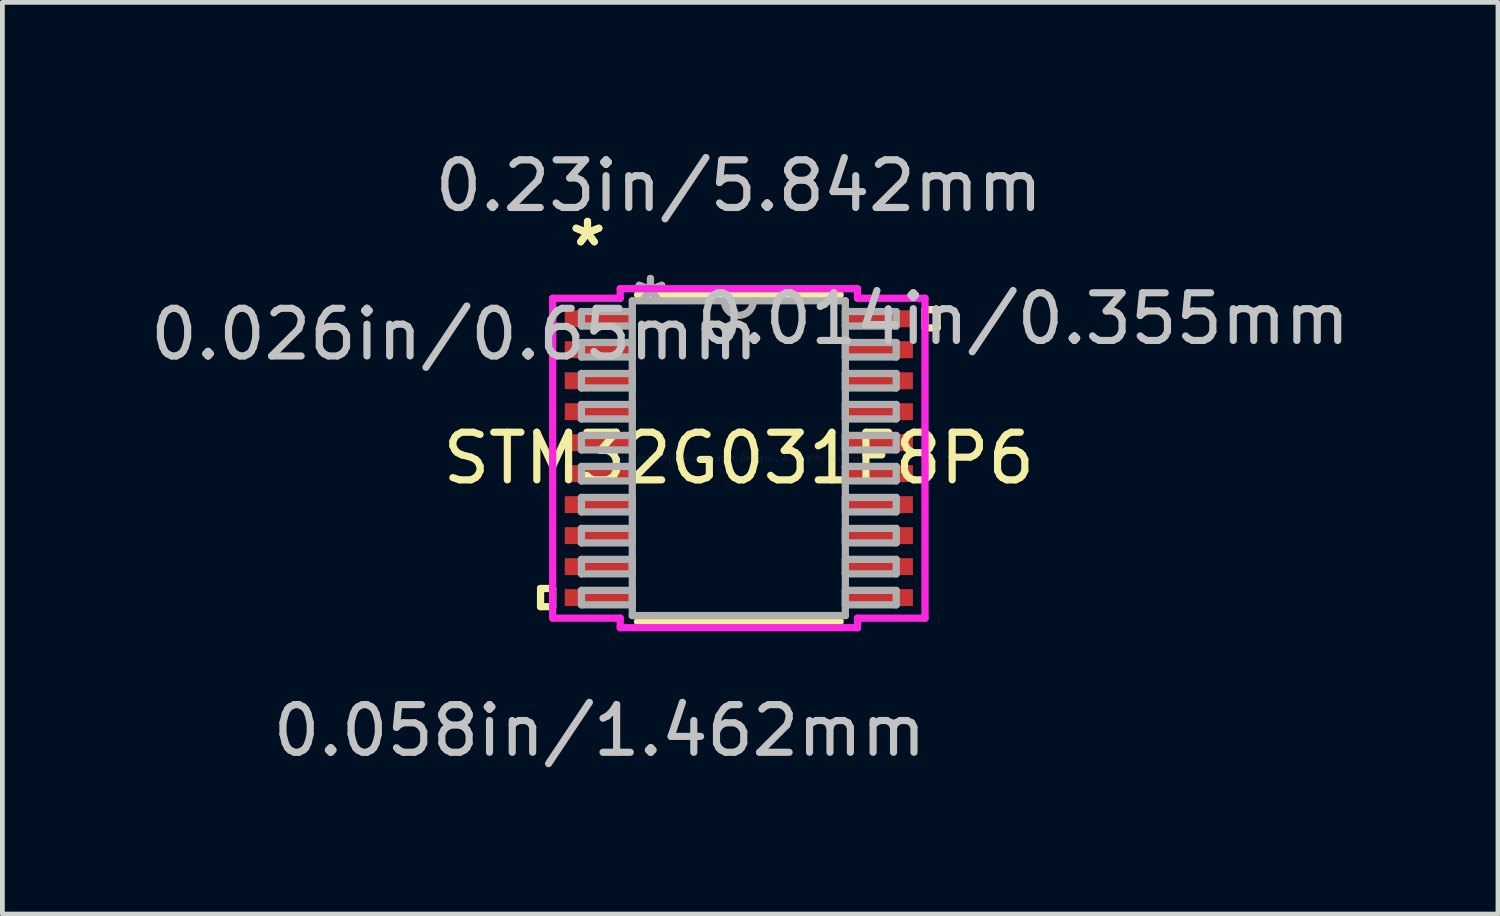
<source format=kicad_pcb>
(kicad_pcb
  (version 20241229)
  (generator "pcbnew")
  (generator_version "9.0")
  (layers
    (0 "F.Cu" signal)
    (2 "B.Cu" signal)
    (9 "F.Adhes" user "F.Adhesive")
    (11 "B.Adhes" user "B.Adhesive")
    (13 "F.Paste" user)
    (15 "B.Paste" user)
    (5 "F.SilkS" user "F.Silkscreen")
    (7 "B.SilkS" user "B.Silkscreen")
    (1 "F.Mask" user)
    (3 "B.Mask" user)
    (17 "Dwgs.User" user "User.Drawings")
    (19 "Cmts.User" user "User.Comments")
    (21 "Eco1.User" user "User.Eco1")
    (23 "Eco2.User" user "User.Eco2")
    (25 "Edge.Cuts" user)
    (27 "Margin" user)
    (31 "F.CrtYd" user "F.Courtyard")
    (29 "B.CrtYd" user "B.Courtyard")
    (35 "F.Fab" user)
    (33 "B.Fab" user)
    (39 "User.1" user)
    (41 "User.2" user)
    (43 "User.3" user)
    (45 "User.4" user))
  (footprint "STM32G031F8P6"
    (layer "F.Cu")
    (at 12.451 6.563)
    (property "Reference" "STM32G031F8P6" (at 0 0 0) (layer "F.SilkS") (effects (font (size 1 1) (thickness 0.15))))
    (attr through_hole)
    (fp_line (start -4.16 2.734) (end -4.16 3.115) (stroke (width 0.152) (type solid)) (layer "F.SilkS"))
    (fp_line (start -4.16 3.115) (end -3.906 3.115) (stroke (width 0.152) (type solid)) (layer "F.SilkS"))
    (fp_line (start -3.906 2.734) (end -4.16 2.734) (stroke (width 0.152) (type solid)) (layer "F.SilkS"))
    (fp_line (start -3.906 3.115) (end -3.906 2.734) (stroke (width 0.152) (type solid)) (layer "F.SilkS"))
    (fp_line (start -2.126 3.429) (end 2.126 3.429) (stroke (width 0.152) (type solid)) (layer "F.SilkS"))
    (fp_line (start 2.126 -3.429) (end -2.126 -3.429) (stroke (width 0.152) (type solid)) (layer "F.SilkS"))
    (fp_line (start 3.906 -3.115) (end 4.16 -3.115) (stroke (width 0.152) (type solid)) (layer "F.SilkS"))
    (fp_line (start 3.906 -2.734) (end 3.906 -3.115) (stroke (width 0.152) (type solid)) (layer "F.SilkS"))
    (fp_line (start 4.16 -3.115) (end 4.16 -2.734) (stroke (width 0.152) (type solid)) (layer "F.SilkS"))
    (fp_line (start 4.16 -2.734) (end 3.906 -2.734) (stroke (width 0.152) (type solid)) (layer "F.SilkS"))
    (fp_line (start -3.906 -3.356) (end -2.489 -3.356) (stroke (width 0.152) (type solid)) (layer "F.CrtYd"))
    (fp_line (start -3.906 3.356) (end -3.906 -3.356) (stroke (width 0.152) (type solid)) (layer "F.CrtYd"))
    (fp_line (start -2.489 -3.556) (end 2.489 -3.556) (stroke (width 0.152) (type solid)) (layer "F.CrtYd"))
    (fp_line (start -2.489 -3.356) (end -2.489 -3.556) (stroke (width 0.152) (type solid)) (layer "F.CrtYd"))
    (fp_line (start -2.489 3.356) (end -3.906 3.356) (stroke (width 0.152) (type solid)) (layer "F.CrtYd"))
    (fp_line (start -2.489 3.556) (end -2.489 3.356) (stroke (width 0.152) (type solid)) (layer "F.CrtYd"))
    (fp_line (start 2.489 -3.556) (end 2.489 -3.356) (stroke (width 0.152) (type solid)) (layer "F.CrtYd"))
    (fp_line (start 2.489 -3.356) (end 3.906 -3.356) (stroke (width 0.152) (type solid)) (layer "F.CrtYd"))
    (fp_line (start 2.489 3.356) (end 2.489 3.556) (stroke (width 0.152) (type solid)) (layer "F.CrtYd"))
    (fp_line (start 2.489 3.556) (end -2.489 3.556) (stroke (width 0.152) (type solid)) (layer "F.CrtYd"))
    (fp_line (start 3.906 -3.356) (end 3.906 3.356) (stroke (width 0.152) (type solid)) (layer "F.CrtYd"))
    (fp_line (start 3.906 3.356) (end 2.489 3.356) (stroke (width 0.152) (type solid)) (layer "F.CrtYd"))
    (fp_line (start -3.302 -3.077) (end -3.302 -2.773) (stroke (width 0.152) (type solid)) (layer "F.Fab"))
    (fp_line (start -3.302 -2.773) (end -2.235 -2.773) (stroke (width 0.152) (type solid)) (layer "F.Fab"))
    (fp_line (start -3.302 -2.427) (end -3.302 -2.123) (stroke (width 0.152) (type solid)) (layer "F.Fab"))
    (fp_line (start -3.302 -2.123) (end -2.235 -2.123) (stroke (width 0.152) (type solid)) (layer "F.Fab"))
    (fp_line (start -3.302 -1.777) (end -3.302 -1.473) (stroke (width 0.152) (type solid)) (layer "F.Fab"))
    (fp_line (start -3.302 -1.473) (end -2.235 -1.473) (stroke (width 0.152) (type solid)) (layer "F.Fab"))
    (fp_line (start -3.302 -1.127) (end -3.302 -0.823) (stroke (width 0.152) (type solid)) (layer "F.Fab"))
    (fp_line (start -3.302 -0.823) (end -2.235 -0.823) (stroke (width 0.152) (type solid)) (layer "F.Fab"))
    (fp_line (start -3.302 -0.477) (end -3.302 -0.173) (stroke (width 0.152) (type solid)) (layer "F.Fab"))
    (fp_line (start -3.302 -0.173) (end -2.235 -0.173) (stroke (width 0.152) (type solid)) (layer "F.Fab"))
    (fp_line (start -3.302 0.173) (end -3.302 0.477) (stroke (width 0.152) (type solid)) (layer "F.Fab"))
    (fp_line (start -3.302 0.477) (end -2.235 0.477) (stroke (width 0.152) (type solid)) (layer "F.Fab"))
    (fp_line (start -3.302 0.823) (end -3.302 1.127) (stroke (width 0.152) (type solid)) (layer "F.Fab"))
    (fp_line (start -3.302 1.127) (end -2.235 1.127) (stroke (width 0.152) (type solid)) (layer "F.Fab"))
    (fp_line (start -3.302 1.473) (end -3.302 1.777) (stroke (width 0.152) (type solid)) (layer "F.Fab"))
    (fp_line (start -3.302 1.777) (end -2.235 1.777) (stroke (width 0.152) (type solid)) (layer "F.Fab"))
    (fp_line (start -3.302 2.123) (end -3.302 2.427) (stroke (width 0.152) (type solid)) (layer "F.Fab"))
    (fp_line (start -3.302 2.427) (end -2.235 2.427) (stroke (width 0.152) (type solid)) (layer "F.Fab"))
    (fp_line (start -3.302 2.773) (end -3.302 3.077) (stroke (width 0.152) (type solid)) (layer "F.Fab"))
    (fp_line (start -3.302 3.077) (end -2.235 3.077) (stroke (width 0.152) (type solid)) (layer "F.Fab"))
    (fp_line (start -2.235 -3.302) (end -2.235 3.302) (stroke (width 0.152) (type solid)) (layer "F.Fab"))
    (fp_line (start -2.235 -3.077) (end -3.302 -3.077) (stroke (width 0.152) (type solid)) (layer "F.Fab"))
    (fp_line (start -2.235 -2.773) (end -2.235 -3.077) (stroke (width 0.152) (type solid)) (layer "F.Fab"))
    (fp_line (start -2.235 -2.427) (end -3.302 -2.427) (stroke (width 0.152) (type solid)) (layer "F.Fab"))
    (fp_line (start -2.235 -2.123) (end -2.235 -2.427) (stroke (width 0.152) (type solid)) (layer "F.Fab"))
    (fp_line (start -2.235 -1.777) (end -3.302 -1.777) (stroke (width 0.152) (type solid)) (layer "F.Fab"))
    (fp_line (start -2.235 -1.473) (end -2.235 -1.777) (stroke (width 0.152) (type solid)) (layer "F.Fab"))
    (fp_line (start -2.235 -1.127) (end -3.302 -1.127) (stroke (width 0.152) (type solid)) (layer "F.Fab"))
    (fp_line (start -2.235 -0.823) (end -2.235 -1.127) (stroke (width 0.152) (type solid)) (layer "F.Fab"))
    (fp_line (start -2.235 -0.477) (end -3.302 -0.477) (stroke (width 0.152) (type solid)) (layer "F.Fab"))
    (fp_line (start -2.235 -0.173) (end -2.235 -0.477) (stroke (width 0.152) (type solid)) (layer "F.Fab"))
    (fp_line (start -2.235 0.173) (end -3.302 0.173) (stroke (width 0.152) (type solid)) (layer "F.Fab"))
    (fp_line (start -2.235 0.477) (end -2.235 0.173) (stroke (width 0.152) (type solid)) (layer "F.Fab"))
    (fp_line (start -2.235 0.823) (end -3.302 0.823) (stroke (width 0.152) (type solid)) (layer "F.Fab"))
    (fp_line (start -2.235 1.127) (end -2.235 0.823) (stroke (width 0.152) (type solid)) (layer "F.Fab"))
    (fp_line (start -2.235 1.473) (end -3.302 1.473) (stroke (width 0.152) (type solid)) (layer "F.Fab"))
    (fp_line (start -2.235 1.777) (end -2.235 1.473) (stroke (width 0.152) (type solid)) (layer "F.Fab"))
    (fp_line (start -2.235 2.123) (end -3.302 2.123) (stroke (width 0.152) (type solid)) (layer "F.Fab"))
    (fp_line (start -2.235 2.427) (end -2.235 2.123) (stroke (width 0.152) (type solid)) (layer "F.Fab"))
    (fp_line (start -2.235 2.773) (end -3.302 2.773) (stroke (width 0.152) (type solid)) (layer "F.Fab"))
    (fp_line (start -2.235 3.077) (end -2.235 2.773) (stroke (width 0.152) (type solid)) (layer "F.Fab"))
    (fp_line (start -2.235 3.302) (end 2.235 3.302) (stroke (width 0.152) (type solid)) (layer "F.Fab"))
    (fp_line (start 2.235 -3.302) (end -2.235 -3.302) (stroke (width 0.152) (type solid)) (layer "F.Fab"))
    (fp_line (start 2.235 -3.077) (end 2.235 -2.773) (stroke (width 0.152) (type solid)) (layer "F.Fab"))
    (fp_line (start 2.235 -2.773) (end 3.302 -2.773) (stroke (width 0.152) (type solid)) (layer "F.Fab"))
    (fp_line (start 2.235 -2.427) (end 2.235 -2.123) (stroke (width 0.152) (type solid)) (layer "F.Fab"))
    (fp_line (start 2.235 -2.123) (end 3.302 -2.123) (stroke (width 0.152) (type solid)) (layer "F.Fab"))
    (fp_line (start 2.235 -1.777) (end 2.235 -1.473) (stroke (width 0.152) (type solid)) (layer "F.Fab"))
    (fp_line (start 2.235 -1.473) (end 3.302 -1.473) (stroke (width 0.152) (type solid)) (layer "F.Fab"))
    (fp_line (start 2.235 -1.127) (end 2.235 -0.823) (stroke (width 0.152) (type solid)) (layer "F.Fab"))
    (fp_line (start 2.235 -0.823) (end 3.302 -0.823) (stroke (width 0.152) (type solid)) (layer "F.Fab"))
    (fp_line (start 2.235 -0.477) (end 2.235 -0.173) (stroke (width 0.152) (type solid)) (layer "F.Fab"))
    (fp_line (start 2.235 -0.173) (end 3.302 -0.173) (stroke (width 0.152) (type solid)) (layer "F.Fab"))
    (fp_line (start 2.235 0.173) (end 2.235 0.477) (stroke (width 0.152) (type solid)) (layer "F.Fab"))
    (fp_line (start 2.235 0.477) (end 3.302 0.477) (stroke (width 0.152) (type solid)) (layer "F.Fab"))
    (fp_line (start 2.235 0.823) (end 2.235 1.127) (stroke (width 0.152) (type solid)) (layer "F.Fab"))
    (fp_line (start 2.235 1.127) (end 3.302 1.127) (stroke (width 0.152) (type solid)) (layer "F.Fab"))
    (fp_line (start 2.235 1.473) (end 2.235 1.777) (stroke (width 0.152) (type solid)) (layer "F.Fab"))
    (fp_line (start 2.235 1.777) (end 3.302 1.777) (stroke (width 0.152) (type solid)) (layer "F.Fab"))
    (fp_line (start 2.235 2.123) (end 2.235 2.427) (stroke (width 0.152) (type solid)) (layer "F.Fab"))
    (fp_line (start 2.235 2.427) (end 3.302 2.427) (stroke (width 0.152) (type solid)) (layer "F.Fab"))
    (fp_line (start 2.235 2.773) (end 2.235 3.077) (stroke (width 0.152) (type solid)) (layer "F.Fab"))
    (fp_line (start 2.235 3.077) (end 3.302 3.077) (stroke (width 0.152) (type solid)) (layer "F.Fab"))
    (fp_line (start 2.235 3.302) (end 2.235 -3.302) (stroke (width 0.152) (type solid)) (layer "F.Fab"))
    (fp_line (start 3.302 -3.077) (end 2.235 -3.077) (stroke (width 0.152) (type solid)) (layer "F.Fab"))
    (fp_line (start 3.302 -2.773) (end 3.302 -3.077) (stroke (width 0.152) (type solid)) (layer "F.Fab"))
    (fp_line (start 3.302 -2.427) (end 2.235 -2.427) (stroke (width 0.152) (type solid)) (layer "F.Fab"))
    (fp_line (start 3.302 -2.123) (end 3.302 -2.427) (stroke (width 0.152) (type solid)) (layer "F.Fab"))
    (fp_line (start 3.302 -1.777) (end 2.235 -1.777) (stroke (width 0.152) (type solid)) (layer "F.Fab"))
    (fp_line (start 3.302 -1.473) (end 3.302 -1.777) (stroke (width 0.152) (type solid)) (layer "F.Fab"))
    (fp_line (start 3.302 -1.127) (end 2.235 -1.127) (stroke (width 0.152) (type solid)) (layer "F.Fab"))
    (fp_line (start 3.302 -0.823) (end 3.302 -1.127) (stroke (width 0.152) (type solid)) (layer "F.Fab"))
    (fp_line (start 3.302 -0.477) (end 2.235 -0.477) (stroke (width 0.152) (type solid)) (layer "F.Fab"))
    (fp_line (start 3.302 -0.173) (end 3.302 -0.477) (stroke (width 0.152) (type solid)) (layer "F.Fab"))
    (fp_line (start 3.302 0.173) (end 2.235 0.173) (stroke (width 0.152) (type solid)) (layer "F.Fab"))
    (fp_line (start 3.302 0.477) (end 3.302 0.173) (stroke (width 0.152) (type solid)) (layer "F.Fab"))
    (fp_line (start 3.302 0.823) (end 2.235 0.823) (stroke (width 0.152) (type solid)) (layer "F.Fab"))
    (fp_line (start 3.302 1.127) (end 3.302 0.823) (stroke (width 0.152) (type solid)) (layer "F.Fab"))
    (fp_line (start 3.302 1.473) (end 2.235 1.473) (stroke (width 0.152) (type solid)) (layer "F.Fab"))
    (fp_line (start 3.302 1.777) (end 3.302 1.473) (stroke (width 0.152) (type solid)) (layer "F.Fab"))
    (fp_line (start 3.302 2.123) (end 2.235 2.123) (stroke (width 0.152) (type solid)) (layer "F.Fab"))
    (fp_line (start 3.302 2.427) (end 3.302 2.123) (stroke (width 0.152) (type solid)) (layer "F.Fab"))
    (fp_line (start 3.302 2.773) (end 2.235 2.773) (stroke (width 0.152) (type solid)) (layer "F.Fab"))
    (fp_line (start 3.302 3.077) (end 3.302 2.773) (stroke (width 0.152) (type solid)) (layer "F.Fab"))
    (fp_arc (start 0.3048 -3.302) (mid 0 -2.9972) (end -0.3048 -3.302) (stroke (width 0.1524) (type solid)) (layer "F.Fab"))
    (fp_text user "*" (at -3.175 -4.423 0) (layer "F.SilkS") (effects (font (size 1 1) (thickness 0.15))))
    (fp_text user "*" (at -3.175 -4.423 0) (layer "F.SilkS") (effects (font (size 1 1) (thickness 0.15))))
    (fp_text user "0.058in/1.462mm" (at -2.921 5.715 0) (layer "Dwgs.User") (effects (font (size 1 1) (thickness 0.15))))
    (fp_text user "0.026in/0.65mm" (at -5.969 -2.6 0) (layer "Dwgs.User") (effects (font (size 1 1) (thickness 0.15))))
    (fp_text user "0.23in/5.842mm" (at 0 -5.715 0) (layer "Dwgs.User") (effects (font (size 1 1) (thickness 0.15))))
    (fp_text user "0.014in/0.355mm" (at 5.969 -2.925 0) (layer "Dwgs.User") (effects (font (size 1 1) (thickness 0.15))))
    (fp_text user "Copyright 2016 Accelerated Designs. All rights reserved." (at 0 0 0) (layer "Cmts.User") (effects (font (size 0.127 0.127) (thickness 0.002))))
    (fp_text user "*" (at -1.854 -3.226 0) (layer "F.Fab") (effects (font (size 1 1) (thickness 0.15))))
    (fp_text user "*" (at -1.854 -3.226 0) (layer "F.Fab") (effects (font (size 1 1) (thickness 0.15))))
    (pad "1" smd rect (at -2.921 -2.925) (size 1.462 0.355) (layers "F.Cu" "F.Mask" "F.Paste"))
    (pad "2" smd rect (at -2.921 -2.275) (size 1.462 0.355) (layers "F.Cu" "F.Mask" "F.Paste"))
    (pad "3" smd rect (at -2.921 -1.625) (size 1.462 0.355) (layers "F.Cu" "F.Mask" "F.Paste"))
    (pad "4" smd rect (at -2.921 -0.975) (size 1.462 0.355) (layers "F.Cu" "F.Mask" "F.Paste"))
    (pad "5" smd rect (at -2.921 -0.325) (size 1.462 0.355) (layers "F.Cu" "F.Mask" "F.Paste"))
    (pad "6" smd rect (at -2.921 0.325) (size 1.462 0.355) (layers "F.Cu" "F.Mask" "F.Paste"))
    (pad "7" smd rect (at -2.921 0.975) (size 1.462 0.355) (layers "F.Cu" "F.Mask" "F.Paste"))
    (pad "8" smd rect (at -2.921 1.625) (size 1.462 0.355) (layers "F.Cu" "F.Mask" "F.Paste"))
    (pad "9" smd rect (at -2.921 2.275) (size 1.462 0.355) (layers "F.Cu" "F.Mask" "F.Paste"))
    (pad "10" smd rect (at -2.921 2.925) (size 1.462 0.355) (layers "F.Cu" "F.Mask" "F.Paste"))
    (pad "11" smd rect (at 2.921 2.925) (size 1.462 0.355) (layers "F.Cu" "F.Mask" "F.Paste"))
    (pad "12" smd rect (at 2.921 2.275) (size 1.462 0.355) (layers "F.Cu" "F.Mask" "F.Paste"))
    (pad "13" smd rect (at 2.921 1.625) (size 1.462 0.355) (layers "F.Cu" "F.Mask" "F.Paste"))
    (pad "14" smd rect (at 2.921 0.975) (size 1.462 0.355) (layers "F.Cu" "F.Mask" "F.Paste"))
    (pad "15" smd rect (at 2.921 0.325) (size 1.462 0.355) (layers "F.Cu" "F.Mask" "F.Paste"))
    (pad "16" smd rect (at 2.921 -0.325) (size 1.462 0.355) (layers "F.Cu" "F.Mask" "F.Paste"))
    (pad "17" smd rect (at 2.921 -0.975) (size 1.462 0.355) (layers "F.Cu" "F.Mask" "F.Paste"))
    (pad "18" smd rect (at 2.921 -1.625) (size 1.462 0.355) (layers "F.Cu" "F.Mask" "F.Paste"))
    (pad "19" smd rect (at 2.921 -2.275) (size 1.462 0.355) (layers "F.Cu" "F.Mask" "F.Paste"))
    (pad "20" smd rect (at 2.921 -2.925) (size 1.462 0.355) (layers "F.Cu" "F.Mask" "F.Paste")))
  (gr_rect
    (start -3 -3)
    (end 28.378 16.127)
    (stroke (width 0.1) (type default))
    (fill no)
    (layer "Edge.Cuts")))
</source>
